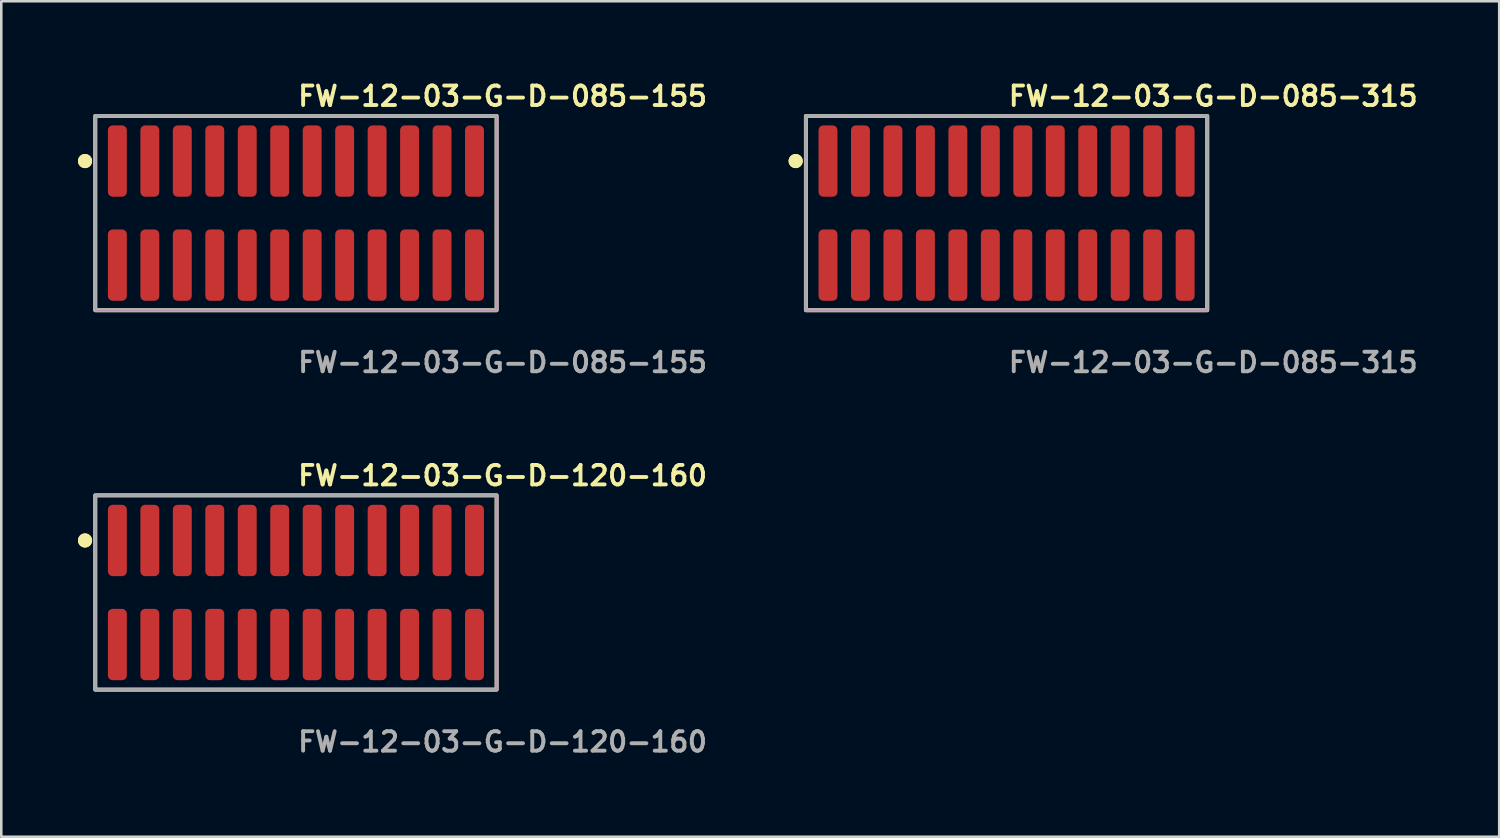
<source format=kicad_pcb>
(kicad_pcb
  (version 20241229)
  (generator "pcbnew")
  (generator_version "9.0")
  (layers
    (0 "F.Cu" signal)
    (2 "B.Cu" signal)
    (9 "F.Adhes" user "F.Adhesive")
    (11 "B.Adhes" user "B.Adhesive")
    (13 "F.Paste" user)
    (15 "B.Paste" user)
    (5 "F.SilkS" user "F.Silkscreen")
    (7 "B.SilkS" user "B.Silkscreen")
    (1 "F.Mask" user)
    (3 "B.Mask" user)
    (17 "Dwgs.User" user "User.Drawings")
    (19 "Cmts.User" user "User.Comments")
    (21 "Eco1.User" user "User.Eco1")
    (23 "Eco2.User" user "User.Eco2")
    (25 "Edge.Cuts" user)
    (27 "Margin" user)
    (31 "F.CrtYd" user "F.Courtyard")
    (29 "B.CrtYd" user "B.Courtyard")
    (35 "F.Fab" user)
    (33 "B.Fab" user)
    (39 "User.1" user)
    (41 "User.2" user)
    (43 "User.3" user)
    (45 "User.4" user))
  (footprint "FW-12-03-G-D-085-315"
    (layer "F.Cu")
    (at 36.323 5.285)
    (property "Reference" "FW-12-03-G-D-085-315" (at 0 -4.572 0) (unlocked yes) (layer "F.SilkS") (effects (font (size 0.762 0.762) (thickness 0.152)) (justify left)))
    (fp_rect (start -7.85 3.8) (end 7.85 -3.8) (stroke (width 0.152) (type solid)) (fill no) (layer "F.SilkS"))
    (fp_circle (center -8.25 -2.035) (end -8.45 -2.035) (stroke (width 0.152) (type solid)) (fill yes) (layer "F.SilkS"))
    (fp_circle (center -8.25 -2.035) (end -8.45 -2.035) (stroke (width 0.152) (type solid)) (fill yes) (layer "F.SilkS"))
    (fp_rect (start -7.85 3.8) (end 7.85 -3.8) (stroke (width 0.006) (type solid)) (fill no) (layer "F.CrtYd"))
    (fp_rect (start -7.85 3.8) (end 7.85 -3.8) (stroke (width 0.152) (type solid)) (fill no) (layer "F.Fab"))
    (fp_text user "${REFERENCE}" (at 0 5.842 0) (unlocked yes) (layer "F.Fab") (effects (font (size 0.762 0.762) (thickness 0.152)) (justify left)))
    (pad "1" smd roundrect (at -6.985 -2.035) (size 0.74 2.79) (layers "F.Cu" "F.Paste") (roundrect_rratio 0.25))
    (pad "2" smd roundrect (at -6.985 2.035) (size 0.74 2.79) (layers "F.Cu" "F.Paste") (roundrect_rratio 0.25))
    (pad "3" smd roundrect (at -5.715 -2.035) (size 0.74 2.79) (layers "F.Cu" "F.Paste") (roundrect_rratio 0.25))
    (pad "4" smd roundrect (at -5.715 2.035) (size 0.74 2.79) (layers "F.Cu" "F.Paste") (roundrect_rratio 0.25))
    (pad "5" smd roundrect (at -4.445 -2.035) (size 0.74 2.79) (layers "F.Cu" "F.Paste") (roundrect_rratio 0.25))
    (pad "6" smd roundrect (at -4.445 2.035) (size 0.74 2.79) (layers "F.Cu" "F.Paste") (roundrect_rratio 0.25))
    (pad "7" smd roundrect (at -3.175 -2.035) (size 0.74 2.79) (layers "F.Cu" "F.Paste") (roundrect_rratio 0.25))
    (pad "8" smd roundrect (at -3.175 2.035) (size 0.74 2.79) (layers "F.Cu" "F.Paste") (roundrect_rratio 0.25))
    (pad "9" smd roundrect (at -1.905 -2.035) (size 0.74 2.79) (layers "F.Cu" "F.Paste") (roundrect_rratio 0.25))
    (pad "10" smd roundrect (at -1.905 2.035) (size 0.74 2.79) (layers "F.Cu" "F.Paste") (roundrect_rratio 0.25))
    (pad "11" smd roundrect (at -0.635 -2.035) (size 0.74 2.79) (layers "F.Cu" "F.Paste") (roundrect_rratio 0.25))
    (pad "12" smd roundrect (at -0.635 2.035) (size 0.74 2.79) (layers "F.Cu" "F.Paste") (roundrect_rratio 0.25))
    (pad "13" smd roundrect (at 0.635 -2.035) (size 0.74 2.79) (layers "F.Cu" "F.Paste") (roundrect_rratio 0.25))
    (pad "14" smd roundrect (at 0.635 2.035) (size 0.74 2.79) (layers "F.Cu" "F.Paste") (roundrect_rratio 0.25))
    (pad "15" smd roundrect (at 1.905 -2.035) (size 0.74 2.79) (layers "F.Cu" "F.Paste") (roundrect_rratio 0.25))
    (pad "16" smd roundrect (at 1.905 2.035) (size 0.74 2.79) (layers "F.Cu" "F.Paste") (roundrect_rratio 0.25))
    (pad "17" smd roundrect (at 3.175 -2.035) (size 0.74 2.79) (layers "F.Cu" "F.Paste") (roundrect_rratio 0.25))
    (pad "18" smd roundrect (at 3.175 2.035) (size 0.74 2.79) (layers "F.Cu" "F.Paste") (roundrect_rratio 0.25))
    (pad "19" smd roundrect (at 4.445 -2.035) (size 0.74 2.79) (layers "F.Cu" "F.Paste") (roundrect_rratio 0.25))
    (pad "20" smd roundrect (at 4.445 2.035) (size 0.74 2.79) (layers "F.Cu" "F.Paste") (roundrect_rratio 0.25))
    (pad "21" smd roundrect (at 5.715 -2.035) (size 0.74 2.79) (layers "F.Cu" "F.Paste") (roundrect_rratio 0.25))
    (pad "22" smd roundrect (at 5.715 2.035) (size 0.74 2.79) (layers "F.Cu" "F.Paste") (roundrect_rratio 0.25))
    (pad "23" smd roundrect (at 6.985 -2.035) (size 0.74 2.79) (layers "F.Cu" "F.Paste") (roundrect_rratio 0.25))
    (pad "24" smd roundrect (at 6.985 2.035) (size 0.74 2.79) (layers "F.Cu" "F.Paste") (roundrect_rratio 0.25)))
  (footprint "FW-12-03-G-D-085-155"
    (layer "F.Cu")
    (at 8.526 5.285)
    (property "Reference" "FW-12-03-G-D-085-155" (at 0 -4.572 0) (unlocked yes) (layer "F.SilkS") (effects (font (size 0.762 0.762) (thickness 0.152)) (justify left)))
    (fp_rect (start -7.85 3.8) (end 7.85 -3.8) (stroke (width 0.152) (type solid)) (fill no) (layer "F.SilkS"))
    (fp_circle (center -8.25 -2.035) (end -8.45 -2.035) (stroke (width 0.152) (type solid)) (fill yes) (layer "F.SilkS"))
    (fp_circle (center -8.25 -2.035) (end -8.45 -2.035) (stroke (width 0.152) (type solid)) (fill yes) (layer "F.SilkS"))
    (fp_rect (start -7.85 3.8) (end 7.85 -3.8) (stroke (width 0.006) (type solid)) (fill no) (layer "F.CrtYd"))
    (fp_rect (start -7.85 3.8) (end 7.85 -3.8) (stroke (width 0.152) (type solid)) (fill no) (layer "F.Fab"))
    (fp_text user "${REFERENCE}" (at 0 5.842 0) (unlocked yes) (layer "F.Fab") (effects (font (size 0.762 0.762) (thickness 0.152)) (justify left)))
    (pad "1" smd roundrect (at -6.985 -2.035) (size 0.74 2.79) (layers "F.Cu" "F.Paste") (roundrect_rratio 0.25))
    (pad "2" smd roundrect (at -6.985 2.035) (size 0.74 2.79) (layers "F.Cu" "F.Paste") (roundrect_rratio 0.25))
    (pad "3" smd roundrect (at -5.715 -2.035) (size 0.74 2.79) (layers "F.Cu" "F.Paste") (roundrect_rratio 0.25))
    (pad "4" smd roundrect (at -5.715 2.035) (size 0.74 2.79) (layers "F.Cu" "F.Paste") (roundrect_rratio 0.25))
    (pad "5" smd roundrect (at -4.445 -2.035) (size 0.74 2.79) (layers "F.Cu" "F.Paste") (roundrect_rratio 0.25))
    (pad "6" smd roundrect (at -4.445 2.035) (size 0.74 2.79) (layers "F.Cu" "F.Paste") (roundrect_rratio 0.25))
    (pad "7" smd roundrect (at -3.175 -2.035) (size 0.74 2.79) (layers "F.Cu" "F.Paste") (roundrect_rratio 0.25))
    (pad "8" smd roundrect (at -3.175 2.035) (size 0.74 2.79) (layers "F.Cu" "F.Paste") (roundrect_rratio 0.25))
    (pad "9" smd roundrect (at -1.905 -2.035) (size 0.74 2.79) (layers "F.Cu" "F.Paste") (roundrect_rratio 0.25))
    (pad "10" smd roundrect (at -1.905 2.035) (size 0.74 2.79) (layers "F.Cu" "F.Paste") (roundrect_rratio 0.25))
    (pad "11" smd roundrect (at -0.635 -2.035) (size 0.74 2.79) (layers "F.Cu" "F.Paste") (roundrect_rratio 0.25))
    (pad "12" smd roundrect (at -0.635 2.035) (size 0.74 2.79) (layers "F.Cu" "F.Paste") (roundrect_rratio 0.25))
    (pad "13" smd roundrect (at 0.635 -2.035) (size 0.74 2.79) (layers "F.Cu" "F.Paste") (roundrect_rratio 0.25))
    (pad "14" smd roundrect (at 0.635 2.035) (size 0.74 2.79) (layers "F.Cu" "F.Paste") (roundrect_rratio 0.25))
    (pad "15" smd roundrect (at 1.905 -2.035) (size 0.74 2.79) (layers "F.Cu" "F.Paste") (roundrect_rratio 0.25))
    (pad "16" smd roundrect (at 1.905 2.035) (size 0.74 2.79) (layers "F.Cu" "F.Paste") (roundrect_rratio 0.25))
    (pad "17" smd roundrect (at 3.175 -2.035) (size 0.74 2.79) (layers "F.Cu" "F.Paste") (roundrect_rratio 0.25))
    (pad "18" smd roundrect (at 3.175 2.035) (size 0.74 2.79) (layers "F.Cu" "F.Paste") (roundrect_rratio 0.25))
    (pad "19" smd roundrect (at 4.445 -2.035) (size 0.74 2.79) (layers "F.Cu" "F.Paste") (roundrect_rratio 0.25))
    (pad "20" smd roundrect (at 4.445 2.035) (size 0.74 2.79) (layers "F.Cu" "F.Paste") (roundrect_rratio 0.25))
    (pad "21" smd roundrect (at 5.715 -2.035) (size 0.74 2.79) (layers "F.Cu" "F.Paste") (roundrect_rratio 0.25))
    (pad "22" smd roundrect (at 5.715 2.035) (size 0.74 2.79) (layers "F.Cu" "F.Paste") (roundrect_rratio 0.25))
    (pad "23" smd roundrect (at 6.985 -2.035) (size 0.74 2.79) (layers "F.Cu" "F.Paste") (roundrect_rratio 0.25))
    (pad "24" smd roundrect (at 6.985 2.035) (size 0.74 2.79) (layers "F.Cu" "F.Paste") (roundrect_rratio 0.25)))
  (footprint "FW-12-03-G-D-120-160"
    (layer "F.Cu")
    (at 8.526 20.126)
    (property "Reference" "FW-12-03-G-D-120-160" (at 0 -4.572 0) (unlocked yes) (layer "F.SilkS") (effects (font (size 0.762 0.762) (thickness 0.152)) (justify left)))
    (fp_rect (start -7.85 3.8) (end 7.85 -3.8) (stroke (width 0.152) (type solid)) (fill no) (layer "F.SilkS"))
    (fp_circle (center -8.25 -2.035) (end -8.45 -2.035) (stroke (width 0.152) (type solid)) (fill yes) (layer "F.SilkS"))
    (fp_circle (center -8.25 -2.035) (end -8.45 -2.035) (stroke (width 0.152) (type solid)) (fill yes) (layer "F.SilkS"))
    (fp_rect (start -7.85 3.8) (end 7.85 -3.8) (stroke (width 0.006) (type solid)) (fill no) (layer "F.CrtYd"))
    (fp_rect (start -7.85 3.8) (end 7.85 -3.8) (stroke (width 0.152) (type solid)) (fill no) (layer "F.Fab"))
    (fp_text user "${REFERENCE}" (at 0 5.842 0) (unlocked yes) (layer "F.Fab") (effects (font (size 0.762 0.762) (thickness 0.152)) (justify left)))
    (pad "1" smd roundrect (at -6.985 -2.035) (size 0.74 2.79) (layers "F.Cu" "F.Paste") (roundrect_rratio 0.25))
    (pad "2" smd roundrect (at -6.985 2.035) (size 0.74 2.79) (layers "F.Cu" "F.Paste") (roundrect_rratio 0.25))
    (pad "3" smd roundrect (at -5.715 -2.035) (size 0.74 2.79) (layers "F.Cu" "F.Paste") (roundrect_rratio 0.25))
    (pad "4" smd roundrect (at -5.715 2.035) (size 0.74 2.79) (layers "F.Cu" "F.Paste") (roundrect_rratio 0.25))
    (pad "5" smd roundrect (at -4.445 -2.035) (size 0.74 2.79) (layers "F.Cu" "F.Paste") (roundrect_rratio 0.25))
    (pad "6" smd roundrect (at -4.445 2.035) (size 0.74 2.79) (layers "F.Cu" "F.Paste") (roundrect_rratio 0.25))
    (pad "7" smd roundrect (at -3.175 -2.035) (size 0.74 2.79) (layers "F.Cu" "F.Paste") (roundrect_rratio 0.25))
    (pad "8" smd roundrect (at -3.175 2.035) (size 0.74 2.79) (layers "F.Cu" "F.Paste") (roundrect_rratio 0.25))
    (pad "9" smd roundrect (at -1.905 -2.035) (size 0.74 2.79) (layers "F.Cu" "F.Paste") (roundrect_rratio 0.25))
    (pad "10" smd roundrect (at -1.905 2.035) (size 0.74 2.79) (layers "F.Cu" "F.Paste") (roundrect_rratio 0.25))
    (pad "11" smd roundrect (at -0.635 -2.035) (size 0.74 2.79) (layers "F.Cu" "F.Paste") (roundrect_rratio 0.25))
    (pad "12" smd roundrect (at -0.635 2.035) (size 0.74 2.79) (layers "F.Cu" "F.Paste") (roundrect_rratio 0.25))
    (pad "13" smd roundrect (at 0.635 -2.035) (size 0.74 2.79) (layers "F.Cu" "F.Paste") (roundrect_rratio 0.25))
    (pad "14" smd roundrect (at 0.635 2.035) (size 0.74 2.79) (layers "F.Cu" "F.Paste") (roundrect_rratio 0.25))
    (pad "15" smd roundrect (at 1.905 -2.035) (size 0.74 2.79) (layers "F.Cu" "F.Paste") (roundrect_rratio 0.25))
    (pad "16" smd roundrect (at 1.905 2.035) (size 0.74 2.79) (layers "F.Cu" "F.Paste") (roundrect_rratio 0.25))
    (pad "17" smd roundrect (at 3.175 -2.035) (size 0.74 2.79) (layers "F.Cu" "F.Paste") (roundrect_rratio 0.25))
    (pad "18" smd roundrect (at 3.175 2.035) (size 0.74 2.79) (layers "F.Cu" "F.Paste") (roundrect_rratio 0.25))
    (pad "19" smd roundrect (at 4.445 -2.035) (size 0.74 2.79) (layers "F.Cu" "F.Paste") (roundrect_rratio 0.25))
    (pad "20" smd roundrect (at 4.445 2.035) (size 0.74 2.79) (layers "F.Cu" "F.Paste") (roundrect_rratio 0.25))
    (pad "21" smd roundrect (at 5.715 -2.035) (size 0.74 2.79) (layers "F.Cu" "F.Paste") (roundrect_rratio 0.25))
    (pad "22" smd roundrect (at 5.715 2.035) (size 0.74 2.79) (layers "F.Cu" "F.Paste") (roundrect_rratio 0.25))
    (pad "23" smd roundrect (at 6.985 -2.035) (size 0.74 2.79) (layers "F.Cu" "F.Paste") (roundrect_rratio 0.25))
    (pad "24" smd roundrect (at 6.985 2.035) (size 0.74 2.79) (layers "F.Cu" "F.Paste") (roundrect_rratio 0.25)))
  (gr_rect
    (start -3 -3)
    (end 55.593 29.681)
    (stroke (width 0.1) (type default))
    (fill no)
    (layer "Edge.Cuts")))
</source>
